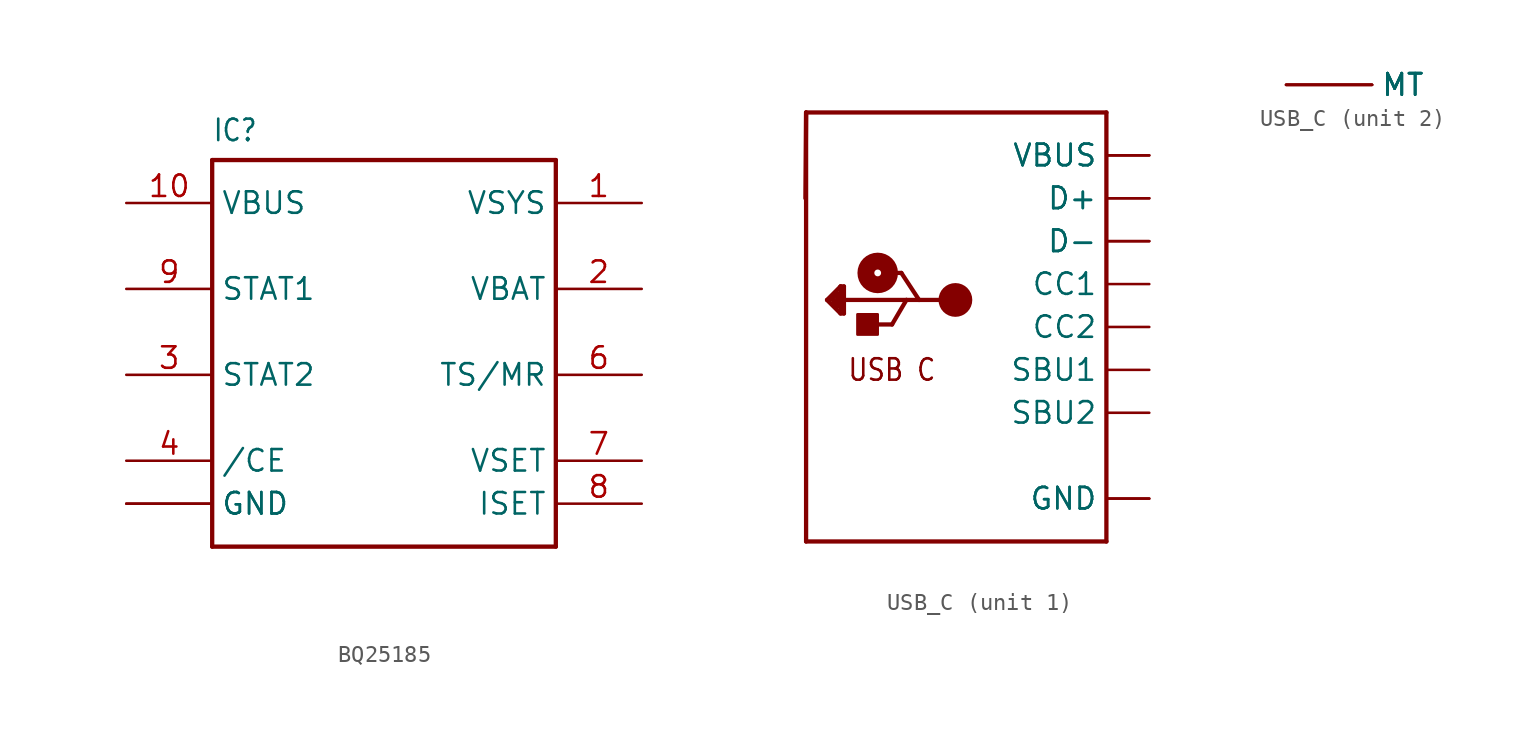
<source format=kicad_sym>
(kicad_symbol_lib
  (version 20231120)
  (generator "kicad_symbol_editor")
  (generator_version "8.0")
  (symbol "BQ25185"
    (property "Reference" "IC"
      (at -10.16 11.176 0)
      (effects (font (size 1.27 1.079)) (justify left bottom)))
    (property "Value" ""
      (at -10.16 -15.24 0)
      (effects (font (size 1.27 1.079)) (justify left bottom)))
    (property "ki_locked" ""
      (at 0 0 0)
      (effects (font (size 1.27 1.27))))
    (symbol "BQ25185_1_0"
      (polyline (pts (xy -10.16 -12.7) (xy -10.16 10.16)) (stroke (width 0.254) (type solid)) (fill (type none)))
      (polyline (pts (xy -10.16 10.16) (xy 10.16 10.16)) (stroke (width 0.254) (type solid)) (fill (type none)))
      (polyline (pts (xy 10.16 -12.7) (xy -10.16 -12.7)) (stroke (width 0.254) (type solid)) (fill (type none)))
      (polyline (pts (xy 10.16 10.16) (xy 10.16 -12.7)) (stroke (width 0.254) (type solid)) (fill (type none)))
      (pin power_in line (at 15.24 7.62 180) (length 5.08) (name "VSYS" (effects (font (size 1.27 1.27)))) (number "1" (effects (font (size 1.27 1.27)))))
      (pin power_in line (at -15.24 7.62 0) (length 5.08) (name "VBUS" (effects (font (size 1.27 1.27)))) (number "10" (effects (font (size 1.27 1.27)))))
      (pin input line (at 15.24 2.54 180) (length 5.08) (name "VBAT" (effects (font (size 1.27 1.27)))) (number "2" (effects (font (size 1.27 1.27)))))
      (pin bidirectional line (at -15.24 -2.54 0) (length 5.08) (name "STAT2" (effects (font (size 1.27 1.27)))) (number "3" (effects (font (size 1.27 1.27)))))
      (pin input line (at -15.24 -7.62 0) (length 5.08) (name "/CE" (effects (font (size 1.27 1.27)))) (number "4" (effects (font (size 1.27 1.27)))))
      (pin bidirectional line (at -15.24 -10.16 0) (length 5.08) (name "GND" (effects (font (size 1.27 1.27)))) (number "5" (effects (font (size 0 0)))))
      (pin bidirectional line (at 15.24 -2.54 180) (length 5.08) (name "TS/MR" (effects (font (size 1.27 1.27)))) (number "6" (effects (font (size 1.27 1.27)))))
      (pin bidirectional line (at 15.24 -7.62 180) (length 5.08) (name "VSET" (effects (font (size 1.27 1.27)))) (number "7" (effects (font (size 1.27 1.27)))))
      (pin bidirectional line (at 15.24 -10.16 180) (length 5.08) (name "ISET" (effects (font (size 1.27 1.27)))) (number "8" (effects (font (size 1.27 1.27)))))
      (pin bidirectional line (at -15.24 2.54 0) (length 5.08) (name "STAT1" (effects (font (size 1.27 1.27)))) (number "9" (effects (font (size 1.27 1.27)))))
      (pin bidirectional line (at -15.24 -10.16 0) (length 5.08) (name "GND" (effects (font (size 1.27 1.27)))) (number "PAD" (effects (font (size 0 0)))))))
  (symbol "USB_C"
    (property "Reference" "X"
      (at -10.16 13.716 0)
      (effects (font (size 1.27 1.079)) (justify left bottom) (hide yes)))
    (property "ki_locked" ""
      (at 0 0 0)
      (effects (font (size 1.27 1.27))))
    (symbol "USB_C_1_0"
      (rectangle (start -7.12 -0.45) (end -5.92 0.75) (stroke (width 0) (type default)) (fill (type outline)))
      (circle (center -5.92 3.2) (radius 0.2) (stroke (width 1) (type solid)) (fill (type none)))
      (circle (center -1.32 1.6) (radius 0.5) (stroke (width 1) (type solid)) (fill (type none)))
      (polyline (pts (xy -10.2 7.62) (xy -10.16 12.7)) (stroke (width 0.254) (type solid)) (fill (type none)))
      (polyline (pts (xy -10.16 -12.7) (xy 7.62 -12.7)) (stroke (width 0.254) (type solid)) (fill (type none)))
      (polyline (pts (xy -10.16 12.7) (xy -10.16 -12.7)) (stroke (width 0.254) (type solid)) (fill (type none)))
      (polyline (pts (xy -10.16 12.7) (xy 7.62 12.7)) (stroke (width 0.254) (type solid)) (fill (type none)))
      (polyline (pts (xy -8.92 1.6) (xy -8.12 2.4)) (stroke (width 0.254) (type solid)) (fill (type none)))
      (polyline (pts (xy -8.52 1.4) (xy -8.32 1.2)) (stroke (width 0.254) (type solid)) (fill (type none)))
      (polyline (pts (xy -8.52 1.6) (xy -8.52 1.4)) (stroke (width 0.254) (type solid)) (fill (type none)))
      (polyline (pts (xy -8.32 1.2) (xy -8.32 2)) (stroke (width 0.254) (type solid)) (fill (type none)))
      (polyline (pts (xy -8.32 2) (xy -8.72 1.6)) (stroke (width 0.254) (type solid)) (fill (type none)))
      (polyline (pts (xy -8.12 0.8) (xy -8.92 1.6)) (stroke (width 0.254) (type solid)) (fill (type none)))
      (polyline (pts (xy -8.12 1) (xy -8.12 2.4)) (stroke (width 0.254) (type solid)) (fill (type none)))
      (polyline (pts (xy -8.12 2.4) (xy -7.92 2.4)) (stroke (width 0.254) (type solid)) (fill (type none)))
      (polyline (pts (xy -7.92 0.8) (xy -8.12 0.8)) (stroke (width 0.254) (type solid)) (fill (type none)))
      (polyline (pts (xy -7.92 1.6) (xy -7.92 0.8)) (stroke (width 0.254) (type solid)) (fill (type none)))
      (polyline (pts (xy -7.92 2.4) (xy -7.92 1.6)) (stroke (width 0.254) (type solid)) (fill (type none)))
      (polyline (pts (xy -6.27 0.15) (xy -5.07 0.15)) (stroke (width 0.254) (type solid)) (fill (type none)))
      (polyline (pts (xy -5.52 3.2) (xy -4.52 3.2)) (stroke (width 0.254) (type solid)) (fill (type none)))
      (polyline (pts (xy -5.07 0.15) (xy -4.22 1.6)) (stroke (width 0.254) (type solid)) (fill (type none)))
      (polyline (pts (xy -4.52 3.2) (xy -3.47 1.6)) (stroke (width 0.254) (type solid)) (fill (type none)))
      (polyline (pts (xy -4.22 1.6) (xy -7.92 1.6)) (stroke (width 0.254) (type solid)) (fill (type none)))
      (polyline (pts (xy -3.47 1.6) (xy -4.22 1.6)) (stroke (width 0.254) (type solid)) (fill (type none)))
      (polyline (pts (xy -1.32 1.6) (xy -3.47 1.6)) (stroke (width 0.254) (type solid)) (fill (type none)))
      (polyline (pts (xy 7.62 12.7) (xy 7.62 -12.7)) (stroke (width 0.254) (type solid)) (fill (type none)))
      (text "USB C" (at -5.08 -2.54 0) (effects (font (size 1.27 1.079))))
      (pin power_in line (at 10.16 -10.16 180) (length 2.54) (name "GND" (effects (font (size 1.27 1.27)))) (number "A1B12" (effects (font (size 0 0)))))
      (pin power_in line (at 10.16 10.16 180) (length 2.54) (name "VBUS" (effects (font (size 1.27 1.27)))) (number "A4B9" (effects (font (size 0 0)))))
      (pin bidirectional line (at 10.16 2.54 180) (length 2.54) (name "CC1" (effects (font (size 1.27 1.27)))) (number "A5" (effects (font (size 0 0)))))
      (pin bidirectional line (at 10.16 7.62 180) (length 2.54) (name "D+" (effects (font (size 1.27 1.27)))) (number "A6" (effects (font (size 0 0)))))
      (pin bidirectional line (at 10.16 5.08 180) (length 2.54) (name "D-" (effects (font (size 1.27 1.27)))) (number "A7" (effects (font (size 0 0)))))
      (pin bidirectional line (at 10.16 -2.54 180) (length 2.54) (name "SBU1" (effects (font (size 1.27 1.27)))) (number "A8" (effects (font (size 0 0)))))
      (pin power_in line (at 10.16 -10.16 180) (length 2.54) (name "GND" (effects (font (size 1.27 1.27)))) (number "B1A12" (effects (font (size 0 0)))))
      (pin power_in line (at 10.16 10.16 180) (length 2.54) (name "VBUS" (effects (font (size 1.27 1.27)))) (number "B4A9" (effects (font (size 0 0)))))
      (pin bidirectional line (at 10.16 0 180) (length 2.54) (name "CC2" (effects (font (size 1.27 1.27)))) (number "B5" (effects (font (size 0 0)))))
      (pin bidirectional line (at 10.16 7.62 180) (length 2.54) (name "D+" (effects (font (size 1.27 1.27)))) (number "B6" (effects (font (size 0 0)))))
      (pin bidirectional line (at 10.16 5.08 180) (length 2.54) (name "D-" (effects (font (size 1.27 1.27)))) (number "B7" (effects (font (size 0 0)))))
      (pin bidirectional line (at 10.16 -5.08 180) (length 2.54) (name "SBU2" (effects (font (size 1.27 1.27)))) (number "B8" (effects (font (size 0 0))))))
    (symbol "USB_C_2_0"
      (pin bidirectional line (at 0 0 0) (length 5.08) (name "MT" (effects (font (size 1.27 1.27)))) (number "M1" (effects (font (size 0 0)))))
      (pin bidirectional line (at 0 0 0) (length 5.08) (name "MT" (effects (font (size 1.27 1.27)))) (number "M2" (effects (font (size 0 0)))))
      (pin bidirectional line (at 0 0 0) (length 5.08) (name "MT" (effects (font (size 1.27 1.27)))) (number "M3" (effects (font (size 0 0)))))
      (pin bidirectional line (at 0 0 0) (length 5.08) (name "MT" (effects (font (size 1.27 1.27)))) (number "M4" (effects (font (size 0 0))))))))
</source>
